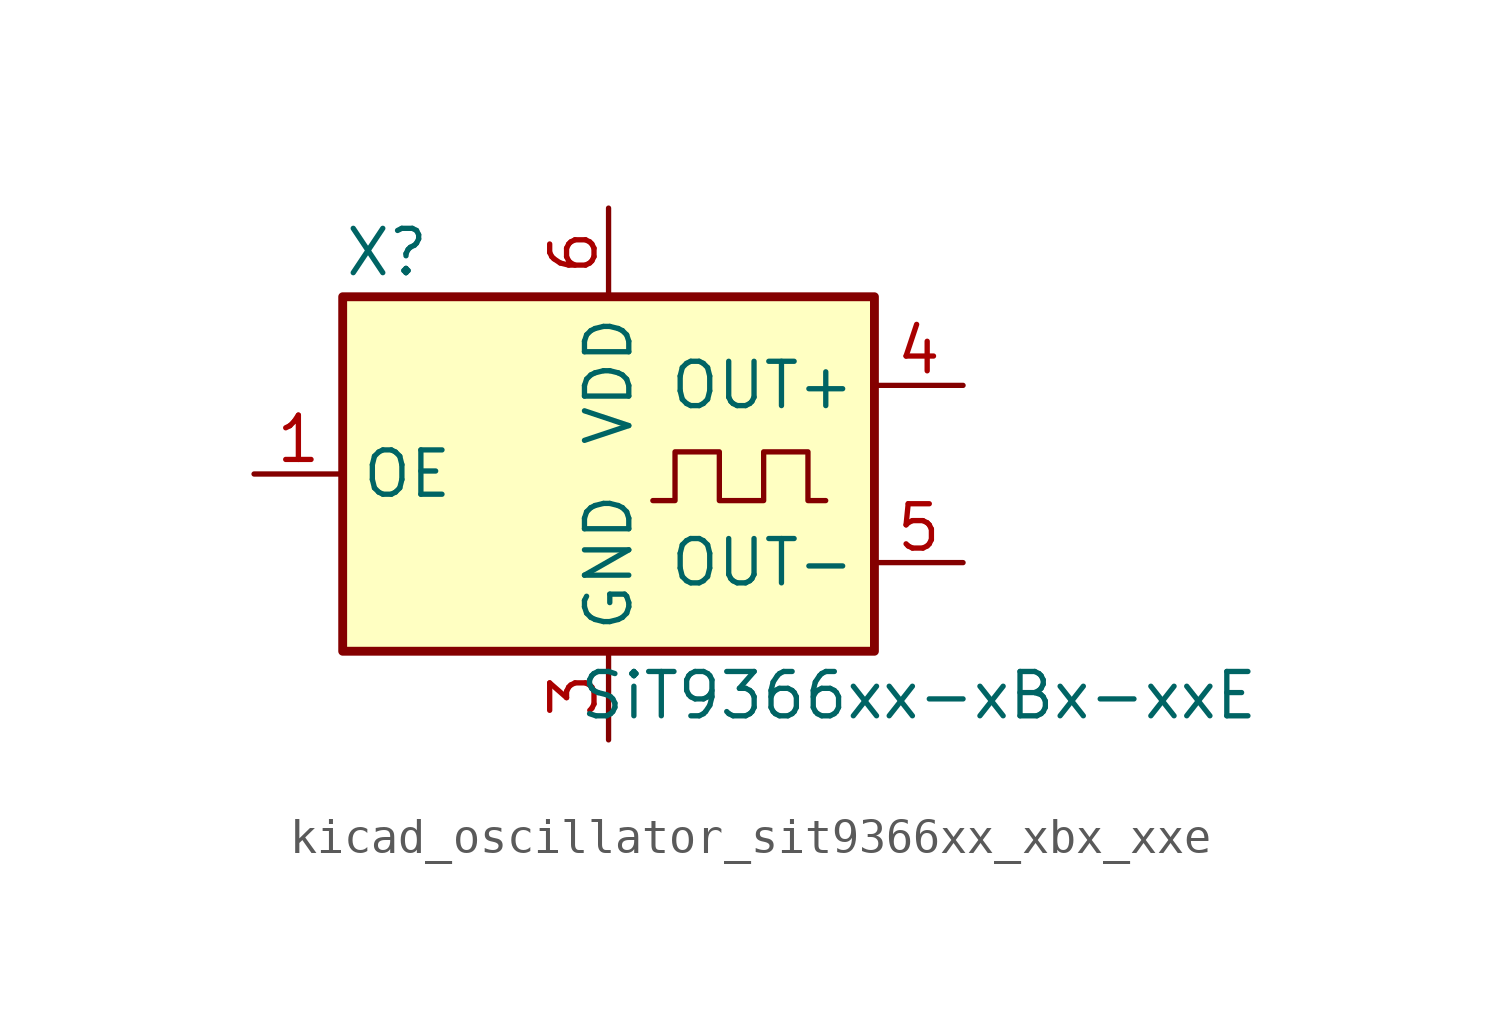
<source format=kicad_sym>
(kicad_symbol_lib
  (version 20220914)
  (generator kicad_symbol_editor)
  (symbol "kicad_oscillator_sit9366xx_xbx_xxe"
    (property "Reference" "X"
      (at -6.35 6.35 0)
      (effects (font (size 1.27 1.27))))
    (property "Value" "SiT9366xx-xBx-xxE"
      (at 8.89 -6.35 0)
      (effects (font (size 1.27 1.27))))
    (symbol "kicad_oscillator_sit9366xx_xbx_xxe_0_1"
      (rectangle (start -7.62 5.08) (end 7.62 -5.08) (stroke (width 0.254) (type default)) (fill (type background)))
      (polyline (pts (xy 1.27 -0.762) (xy 1.905 -0.762) (xy 1.905 0.635) (xy 3.175 0.635) (xy 3.175 -0.762) (xy 4.445 -0.762) (xy 4.445 0.635) (xy 5.715 0.635) (xy 5.715 -0.762) (xy 6.223 -0.762)) (stroke (width 0) (type default)) (fill (type none))))
    (symbol "kicad_oscillator_sit9366xx_xbx_xxe_1_1"
      (pin input line (at -10.16 0 0) (length 2.54) (name "OE" (effects (font (size 1.27 1.27)))) (number "1" (effects (font (size 1.27 1.27)))))
      (pin no_connect line (at -7.62 2.54 0) (length 2.54) hide (name "NC" (effects (font (size 1.27 1.27)))) (number "2" (effects (font (size 1.27 1.27)))))
      (pin power_in line (at 0 -7.62 90) (length 2.54) (name "GND" (effects (font (size 1.27 1.27)))) (number "3" (effects (font (size 1.27 1.27)))))
      (pin output line (at 10.16 2.54 180) (length 2.54) (name "OUT+" (effects (font (size 1.27 1.27)))) (number "4" (effects (font (size 1.27 1.27)))))
      (pin output line (at 10.16 -2.54 180) (length 2.54) (name "OUT-" (effects (font (size 1.27 1.27)))) (number "5" (effects (font (size 1.27 1.27)))))
      (pin power_in line (at 0 7.62 270) (length 2.54) (name "VDD" (effects (font (size 1.27 1.27)))) (number "6" (effects (font (size 1.27 1.27))))))))
</source>
